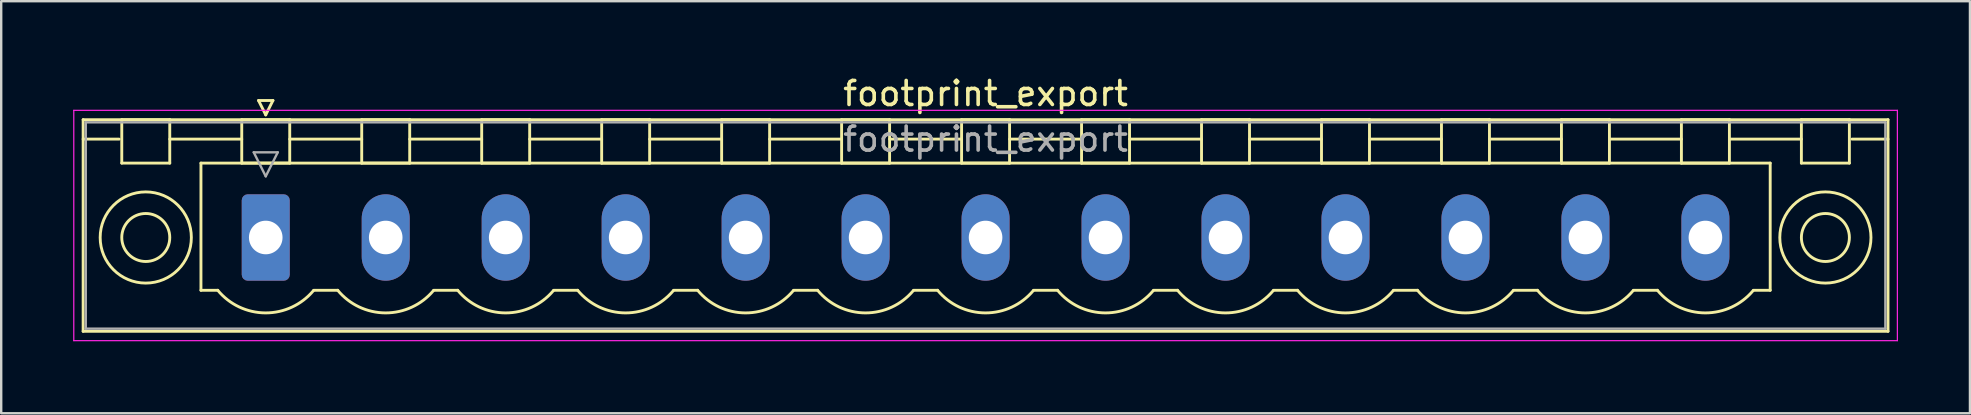
<source format=kicad_pcb>
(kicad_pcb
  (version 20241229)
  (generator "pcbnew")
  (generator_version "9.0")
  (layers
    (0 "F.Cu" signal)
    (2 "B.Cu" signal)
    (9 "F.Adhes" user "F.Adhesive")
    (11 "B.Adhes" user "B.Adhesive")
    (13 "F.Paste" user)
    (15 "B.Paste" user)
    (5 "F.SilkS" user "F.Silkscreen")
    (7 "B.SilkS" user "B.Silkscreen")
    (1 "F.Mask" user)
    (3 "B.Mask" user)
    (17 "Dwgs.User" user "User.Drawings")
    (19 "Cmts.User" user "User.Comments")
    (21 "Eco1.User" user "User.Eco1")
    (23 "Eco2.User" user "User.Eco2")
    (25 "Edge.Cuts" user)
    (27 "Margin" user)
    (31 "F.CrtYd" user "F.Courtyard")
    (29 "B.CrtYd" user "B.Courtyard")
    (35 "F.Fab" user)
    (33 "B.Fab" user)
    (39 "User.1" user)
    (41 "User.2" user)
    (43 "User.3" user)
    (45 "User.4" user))
  (footprint "footprint_export"
    (layer "F.Cu")
    (at 8.025 6.848)
    (property "Reference" "footprint_export" (at 30 -6 0) (layer "F.SilkS") (effects (font (size 1 1) (thickness 0.15))))
    (attr through_hole)
    (fp_line (start -7.61 -4.91) (end -7.61 3.91) (stroke (width 0.12) (type solid)) (layer "F.SilkS"))
    (fp_line (start -7.61 -4.1) (end -6.11 -4.1) (stroke (width 0.12) (type solid)) (layer "F.SilkS"))
    (fp_line (start -7.61 3.91) (end 67.61 3.91) (stroke (width 0.12) (type solid)) (layer "F.SilkS"))
    (fp_line (start -6 -4.91) (end -4 -4.91) (stroke (width 0.12) (type solid)) (layer "F.SilkS"))
    (fp_line (start -6 -3.1) (end -6 -4.91) (stroke (width 0.12) (type solid)) (layer "F.SilkS"))
    (fp_line (start -4 -4.91) (end -4 -3.1) (stroke (width 0.12) (type solid)) (layer "F.SilkS"))
    (fp_line (start -4 -4.1) (end -1 -4.1) (stroke (width 0.12) (type solid)) (layer "F.SilkS"))
    (fp_line (start -4 -3.1) (end -6 -3.1) (stroke (width 0.12) (type solid)) (layer "F.SilkS"))
    (fp_line (start -2.7 -3.1) (end 62.7 -3.1) (stroke (width 0.12) (type solid)) (layer "F.SilkS"))
    (fp_line (start -2.7 2.2) (end -2.7 -3.1) (stroke (width 0.12) (type solid)) (layer "F.SilkS"))
    (fp_line (start -2 2.2) (end -2.7 2.2) (stroke (width 0.12) (type solid)) (layer "F.SilkS"))
    (fp_line (start -1 -4.91) (end 1 -4.91) (stroke (width 0.12) (type solid)) (layer "F.SilkS"))
    (fp_line (start -1 -3.1) (end -1 -4.91) (stroke (width 0.12) (type solid)) (layer "F.SilkS"))
    (fp_line (start -0.3 -5.71) (end 0.3 -5.71) (stroke (width 0.12) (type solid)) (layer "F.SilkS"))
    (fp_line (start 0 -5.11) (end -0.3 -5.71) (stroke (width 0.12) (type solid)) (layer "F.SilkS"))
    (fp_line (start 0.3 -5.71) (end 0 -5.11) (stroke (width 0.12) (type solid)) (layer "F.SilkS"))
    (fp_line (start 1 -4.91) (end 1 -3.1) (stroke (width 0.12) (type solid)) (layer "F.SilkS"))
    (fp_line (start 1 -4.1) (end 4 -4.1) (stroke (width 0.12) (type solid)) (layer "F.SilkS"))
    (fp_line (start 1 -3.1) (end -1 -3.1) (stroke (width 0.12) (type solid)) (layer "F.SilkS"))
    (fp_line (start 2 2.2) (end 3 2.2) (stroke (width 0.12) (type solid)) (layer "F.SilkS"))
    (fp_line (start 4 -4.91) (end 6 -4.91) (stroke (width 0.12) (type solid)) (layer "F.SilkS"))
    (fp_line (start 4 -3.1) (end 4 -4.91) (stroke (width 0.12) (type solid)) (layer "F.SilkS"))
    (fp_line (start 6 -4.91) (end 6 -3.1) (stroke (width 0.12) (type solid)) (layer "F.SilkS"))
    (fp_line (start 6 -4.1) (end 9 -4.1) (stroke (width 0.12) (type solid)) (layer "F.SilkS"))
    (fp_line (start 6 -3.1) (end 4 -3.1) (stroke (width 0.12) (type solid)) (layer "F.SilkS"))
    (fp_line (start 7 2.2) (end 8 2.2) (stroke (width 0.12) (type solid)) (layer "F.SilkS"))
    (fp_line (start 9 -4.91) (end 11 -4.91) (stroke (width 0.12) (type solid)) (layer "F.SilkS"))
    (fp_line (start 9 -3.1) (end 9 -4.91) (stroke (width 0.12) (type solid)) (layer "F.SilkS"))
    (fp_line (start 11 -4.91) (end 11 -3.1) (stroke (width 0.12) (type solid)) (layer "F.SilkS"))
    (fp_line (start 11 -4.1) (end 14 -4.1) (stroke (width 0.12) (type solid)) (layer "F.SilkS"))
    (fp_line (start 11 -3.1) (end 9 -3.1) (stroke (width 0.12) (type solid)) (layer "F.SilkS"))
    (fp_line (start 12 2.2) (end 13 2.2) (stroke (width 0.12) (type solid)) (layer "F.SilkS"))
    (fp_line (start 14 -4.91) (end 16 -4.91) (stroke (width 0.12) (type solid)) (layer "F.SilkS"))
    (fp_line (start 14 -3.1) (end 14 -4.91) (stroke (width 0.12) (type solid)) (layer "F.SilkS"))
    (fp_line (start 16 -4.91) (end 16 -3.1) (stroke (width 0.12) (type solid)) (layer "F.SilkS"))
    (fp_line (start 16 -4.1) (end 19 -4.1) (stroke (width 0.12) (type solid)) (layer "F.SilkS"))
    (fp_line (start 16 -3.1) (end 14 -3.1) (stroke (width 0.12) (type solid)) (layer "F.SilkS"))
    (fp_line (start 17 2.2) (end 18 2.2) (stroke (width 0.12) (type solid)) (layer "F.SilkS"))
    (fp_line (start 19 -4.91) (end 21 -4.91) (stroke (width 0.12) (type solid)) (layer "F.SilkS"))
    (fp_line (start 19 -3.1) (end 19 -4.91) (stroke (width 0.12) (type solid)) (layer "F.SilkS"))
    (fp_line (start 21 -4.91) (end 21 -3.1) (stroke (width 0.12) (type solid)) (layer "F.SilkS"))
    (fp_line (start 21 -4.1) (end 24 -4.1) (stroke (width 0.12) (type solid)) (layer "F.SilkS"))
    (fp_line (start 21 -3.1) (end 19 -3.1) (stroke (width 0.12) (type solid)) (layer "F.SilkS"))
    (fp_line (start 22 2.2) (end 23 2.2) (stroke (width 0.12) (type solid)) (layer "F.SilkS"))
    (fp_line (start 24 -4.91) (end 26 -4.91) (stroke (width 0.12) (type solid)) (layer "F.SilkS"))
    (fp_line (start 24 -3.1) (end 24 -4.91) (stroke (width 0.12) (type solid)) (layer "F.SilkS"))
    (fp_line (start 26 -4.91) (end 26 -3.1) (stroke (width 0.12) (type solid)) (layer "F.SilkS"))
    (fp_line (start 26 -4.1) (end 29 -4.1) (stroke (width 0.12) (type solid)) (layer "F.SilkS"))
    (fp_line (start 26 -3.1) (end 24 -3.1) (stroke (width 0.12) (type solid)) (layer "F.SilkS"))
    (fp_line (start 27 2.2) (end 28 2.2) (stroke (width 0.12) (type solid)) (layer "F.SilkS"))
    (fp_line (start 29 -4.91) (end 31 -4.91) (stroke (width 0.12) (type solid)) (layer "F.SilkS"))
    (fp_line (start 29 -3.1) (end 29 -4.91) (stroke (width 0.12) (type solid)) (layer "F.SilkS"))
    (fp_line (start 31 -4.91) (end 31 -3.1) (stroke (width 0.12) (type solid)) (layer "F.SilkS"))
    (fp_line (start 31 -4.1) (end 34 -4.1) (stroke (width 0.12) (type solid)) (layer "F.SilkS"))
    (fp_line (start 31 -3.1) (end 29 -3.1) (stroke (width 0.12) (type solid)) (layer "F.SilkS"))
    (fp_line (start 32 2.2) (end 33 2.2) (stroke (width 0.12) (type solid)) (layer "F.SilkS"))
    (fp_line (start 34 -4.91) (end 36 -4.91) (stroke (width 0.12) (type solid)) (layer "F.SilkS"))
    (fp_line (start 34 -3.1) (end 34 -4.91) (stroke (width 0.12) (type solid)) (layer "F.SilkS"))
    (fp_line (start 36 -4.91) (end 36 -3.1) (stroke (width 0.12) (type solid)) (layer "F.SilkS"))
    (fp_line (start 36 -4.1) (end 39 -4.1) (stroke (width 0.12) (type solid)) (layer "F.SilkS"))
    (fp_line (start 36 -3.1) (end 34 -3.1) (stroke (width 0.12) (type solid)) (layer "F.SilkS"))
    (fp_line (start 37 2.2) (end 38 2.2) (stroke (width 0.12) (type solid)) (layer "F.SilkS"))
    (fp_line (start 39 -4.91) (end 41 -4.91) (stroke (width 0.12) (type solid)) (layer "F.SilkS"))
    (fp_line (start 39 -3.1) (end 39 -4.91) (stroke (width 0.12) (type solid)) (layer "F.SilkS"))
    (fp_line (start 41 -4.91) (end 41 -3.1) (stroke (width 0.12) (type solid)) (layer "F.SilkS"))
    (fp_line (start 41 -4.1) (end 44 -4.1) (stroke (width 0.12) (type solid)) (layer "F.SilkS"))
    (fp_line (start 41 -3.1) (end 39 -3.1) (stroke (width 0.12) (type solid)) (layer "F.SilkS"))
    (fp_line (start 42 2.2) (end 43 2.2) (stroke (width 0.12) (type solid)) (layer "F.SilkS"))
    (fp_line (start 44 -4.91) (end 46 -4.91) (stroke (width 0.12) (type solid)) (layer "F.SilkS"))
    (fp_line (start 44 -3.1) (end 44 -4.91) (stroke (width 0.12) (type solid)) (layer "F.SilkS"))
    (fp_line (start 46 -4.91) (end 46 -3.1) (stroke (width 0.12) (type solid)) (layer "F.SilkS"))
    (fp_line (start 46 -4.1) (end 49 -4.1) (stroke (width 0.12) (type solid)) (layer "F.SilkS"))
    (fp_line (start 46 -3.1) (end 44 -3.1) (stroke (width 0.12) (type solid)) (layer "F.SilkS"))
    (fp_line (start 47 2.2) (end 48 2.2) (stroke (width 0.12) (type solid)) (layer "F.SilkS"))
    (fp_line (start 49 -4.91) (end 51 -4.91) (stroke (width 0.12) (type solid)) (layer "F.SilkS"))
    (fp_line (start 49 -3.1) (end 49 -4.91) (stroke (width 0.12) (type solid)) (layer "F.SilkS"))
    (fp_line (start 51 -4.91) (end 51 -3.1) (stroke (width 0.12) (type solid)) (layer "F.SilkS"))
    (fp_line (start 51 -4.1) (end 54 -4.1) (stroke (width 0.12) (type solid)) (layer "F.SilkS"))
    (fp_line (start 51 -3.1) (end 49 -3.1) (stroke (width 0.12) (type solid)) (layer "F.SilkS"))
    (fp_line (start 52 2.2) (end 53 2.2) (stroke (width 0.12) (type solid)) (layer "F.SilkS"))
    (fp_line (start 54 -4.91) (end 56 -4.91) (stroke (width 0.12) (type solid)) (layer "F.SilkS"))
    (fp_line (start 54 -3.1) (end 54 -4.91) (stroke (width 0.12) (type solid)) (layer "F.SilkS"))
    (fp_line (start 56 -4.91) (end 56 -3.1) (stroke (width 0.12) (type solid)) (layer "F.SilkS"))
    (fp_line (start 56 -4.1) (end 59 -4.1) (stroke (width 0.12) (type solid)) (layer "F.SilkS"))
    (fp_line (start 56 -3.1) (end 54 -3.1) (stroke (width 0.12) (type solid)) (layer "F.SilkS"))
    (fp_line (start 57 2.2) (end 58 2.2) (stroke (width 0.12) (type solid)) (layer "F.SilkS"))
    (fp_line (start 59 -4.91) (end 61 -4.91) (stroke (width 0.12) (type solid)) (layer "F.SilkS"))
    (fp_line (start 59 -3.1) (end 59 -4.91) (stroke (width 0.12) (type solid)) (layer "F.SilkS"))
    (fp_line (start 61 -4.91) (end 61 -3.1) (stroke (width 0.12) (type solid)) (layer "F.SilkS"))
    (fp_line (start 61 -4.1) (end 64 -4.1) (stroke (width 0.12) (type solid)) (layer "F.SilkS"))
    (fp_line (start 61 -3.1) (end 59 -3.1) (stroke (width 0.12) (type solid)) (layer "F.SilkS"))
    (fp_line (start 62.7 -3.1) (end 62.7 2.2) (stroke (width 0.12) (type solid)) (layer "F.SilkS"))
    (fp_line (start 62.7 2.2) (end 62 2.2) (stroke (width 0.12) (type solid)) (layer "F.SilkS"))
    (fp_line (start 64 -4.91) (end 66 -4.91) (stroke (width 0.12) (type solid)) (layer "F.SilkS"))
    (fp_line (start 64 -3.1) (end 64 -4.91) (stroke (width 0.12) (type solid)) (layer "F.SilkS"))
    (fp_line (start 66 -4.91) (end 66 -3.1) (stroke (width 0.12) (type solid)) (layer "F.SilkS"))
    (fp_line (start 66 -3.1) (end 64 -3.1) (stroke (width 0.12) (type solid)) (layer "F.SilkS"))
    (fp_line (start 67.61 -4.91) (end -7.61 -4.91) (stroke (width 0.12) (type solid)) (layer "F.SilkS"))
    (fp_line (start 67.61 -4.1) (end 66.11 -4.1) (stroke (width 0.12) (type solid)) (layer "F.SilkS"))
    (fp_line (start 67.61 3.91) (end 67.61 -4.91) (stroke (width 0.12) (type solid)) (layer "F.SilkS"))
    (fp_arc (start 1.986842 2.215821) (mid -0.010289 3.142758) (end -2 2.2) (stroke (width 0.12) (type solid)) (layer "F.SilkS"))
    (fp_arc (start 6.986842 2.215821) (mid 4.989711 3.142758) (end 3 2.2) (stroke (width 0.12) (type solid)) (layer "F.SilkS"))
    (fp_arc (start 11.986842 2.215821) (mid 9.989711 3.142758) (end 8 2.2) (stroke (width 0.12) (type solid)) (layer "F.SilkS"))
    (fp_arc (start 16.986842 2.215821) (mid 14.989711 3.142758) (end 13 2.2) (stroke (width 0.12) (type solid)) (layer "F.SilkS"))
    (fp_arc (start 21.986842 2.215821) (mid 19.989711 3.142758) (end 18 2.2) (stroke (width 0.12) (type solid)) (layer "F.SilkS"))
    (fp_arc (start 26.986842 2.215821) (mid 24.989711 3.142758) (end 23 2.2) (stroke (width 0.12) (type solid)) (layer "F.SilkS"))
    (fp_arc (start 31.986842 2.215821) (mid 29.989711 3.142758) (end 28 2.2) (stroke (width 0.12) (type solid)) (layer "F.SilkS"))
    (fp_arc (start 36.986842 2.215821) (mid 34.989711 3.142758) (end 33 2.2) (stroke (width 0.12) (type solid)) (layer "F.SilkS"))
    (fp_arc (start 41.986842 2.215821) (mid 39.989711 3.142758) (end 38 2.2) (stroke (width 0.12) (type solid)) (layer "F.SilkS"))
    (fp_arc (start 46.986842 2.215821) (mid 44.989711 3.142758) (end 43 2.2) (stroke (width 0.12) (type solid)) (layer "F.SilkS"))
    (fp_arc (start 51.986842 2.215821) (mid 49.989711 3.142758) (end 48 2.2) (stroke (width 0.12) (type solid)) (layer "F.SilkS"))
    (fp_arc (start 56.986842 2.215821) (mid 54.989711 3.142758) (end 53 2.2) (stroke (width 0.12) (type solid)) (layer "F.SilkS"))
    (fp_arc (start 61.986842 2.215821) (mid 59.989711 3.142758) (end 58 2.2) (stroke (width 0.12) (type solid)) (layer "F.SilkS"))
    (fp_circle (center -5 0) (end -4 0) (stroke (width 0.12) (type solid)) (fill no) (layer "F.SilkS"))
    (fp_circle (center -5 0) (end -3.1 0) (stroke (width 0.12) (type solid)) (fill no) (layer "F.SilkS"))
    (fp_circle (center 65 0) (end 66 0) (stroke (width 0.12) (type solid)) (fill no) (layer "F.SilkS"))
    (fp_circle (center 65 0) (end 66.9 0) (stroke (width 0.12) (type solid)) (fill no) (layer "F.SilkS"))
    (fp_line (start -8 -5.3) (end -8 4.3) (stroke (width 0.05) (type solid)) (layer "F.CrtYd"))
    (fp_line (start -8 4.3) (end 68 4.3) (stroke (width 0.05) (type solid)) (layer "F.CrtYd"))
    (fp_line (start 68 -5.3) (end -8 -5.3) (stroke (width 0.05) (type solid)) (layer "F.CrtYd"))
    (fp_line (start 68 4.3) (end 68 -5.3) (stroke (width 0.05) (type solid)) (layer "F.CrtYd"))
    (fp_line (start -7.5 -4.8) (end -7.5 3.8) (stroke (width 0.1) (type solid)) (layer "F.Fab"))
    (fp_line (start -7.5 3.8) (end 67.5 3.8) (stroke (width 0.1) (type solid)) (layer "F.Fab"))
    (fp_line (start -0.5 -3.55) (end 0.5 -3.55) (stroke (width 0.1) (type solid)) (layer "F.Fab"))
    (fp_line (start 0 -2.55) (end -0.5 -3.55) (stroke (width 0.1) (type solid)) (layer "F.Fab"))
    (fp_line (start 0.5 -3.55) (end 0 -2.55) (stroke (width 0.1) (type solid)) (layer "F.Fab"))
    (fp_line (start 67.5 -4.8) (end -7.5 -4.8) (stroke (width 0.1) (type solid)) (layer "F.Fab"))
    (fp_line (start 67.5 3.8) (end 67.5 -4.8) (stroke (width 0.1) (type solid)) (layer "F.Fab"))
    (fp_text user "${REFERENCE}" (at 30 -4.1 0) (layer "F.Fab") (effects (font (size 1 1) (thickness 0.15))))
    (pad "1" thru_hole roundrect (at 0 0) (size 2 3.6) (drill 1.4) (layers "*.Cu" "*.Mask") (roundrect_rratio 0.125))
    (pad "2" thru_hole oval (at 5 0) (size 2 3.6) (drill 1.4) (layers "*.Cu" "*.Mask"))
    (pad "3" thru_hole oval (at 10 0) (size 2 3.6) (drill 1.4) (layers "*.Cu" "*.Mask"))
    (pad "4" thru_hole oval (at 15 0) (size 2 3.6) (drill 1.4) (layers "*.Cu" "*.Mask"))
    (pad "5" thru_hole oval (at 20 0) (size 2 3.6) (drill 1.4) (layers "*.Cu" "*.Mask"))
    (pad "6" thru_hole oval (at 25 0) (size 2 3.6) (drill 1.4) (layers "*.Cu" "*.Mask"))
    (pad "7" thru_hole oval (at 30 0) (size 2 3.6) (drill 1.4) (layers "*.Cu" "*.Mask"))
    (pad "8" thru_hole oval (at 35 0) (size 2 3.6) (drill 1.4) (layers "*.Cu" "*.Mask"))
    (pad "9" thru_hole oval (at 40 0) (size 2 3.6) (drill 1.4) (layers "*.Cu" "*.Mask"))
    (pad "10" thru_hole oval (at 45 0) (size 2 3.6) (drill 1.4) (layers "*.Cu" "*.Mask"))
    (pad "11" thru_hole oval (at 50 0) (size 2 3.6) (drill 1.4) (layers "*.Cu" "*.Mask"))
    (pad "12" thru_hole oval (at 55 0) (size 2 3.6) (drill 1.4) (layers "*.Cu" "*.Mask"))
    (pad "13" thru_hole oval (at 60 0) (size 2 3.6) (drill 1.4) (layers "*.Cu" "*.Mask")))
  (gr_rect
    (start -3 -3)
    (end 79.05 14.173)
    (stroke (width 0.1) (type default))
    (fill no)
    (layer "Edge.Cuts")))
</source>
